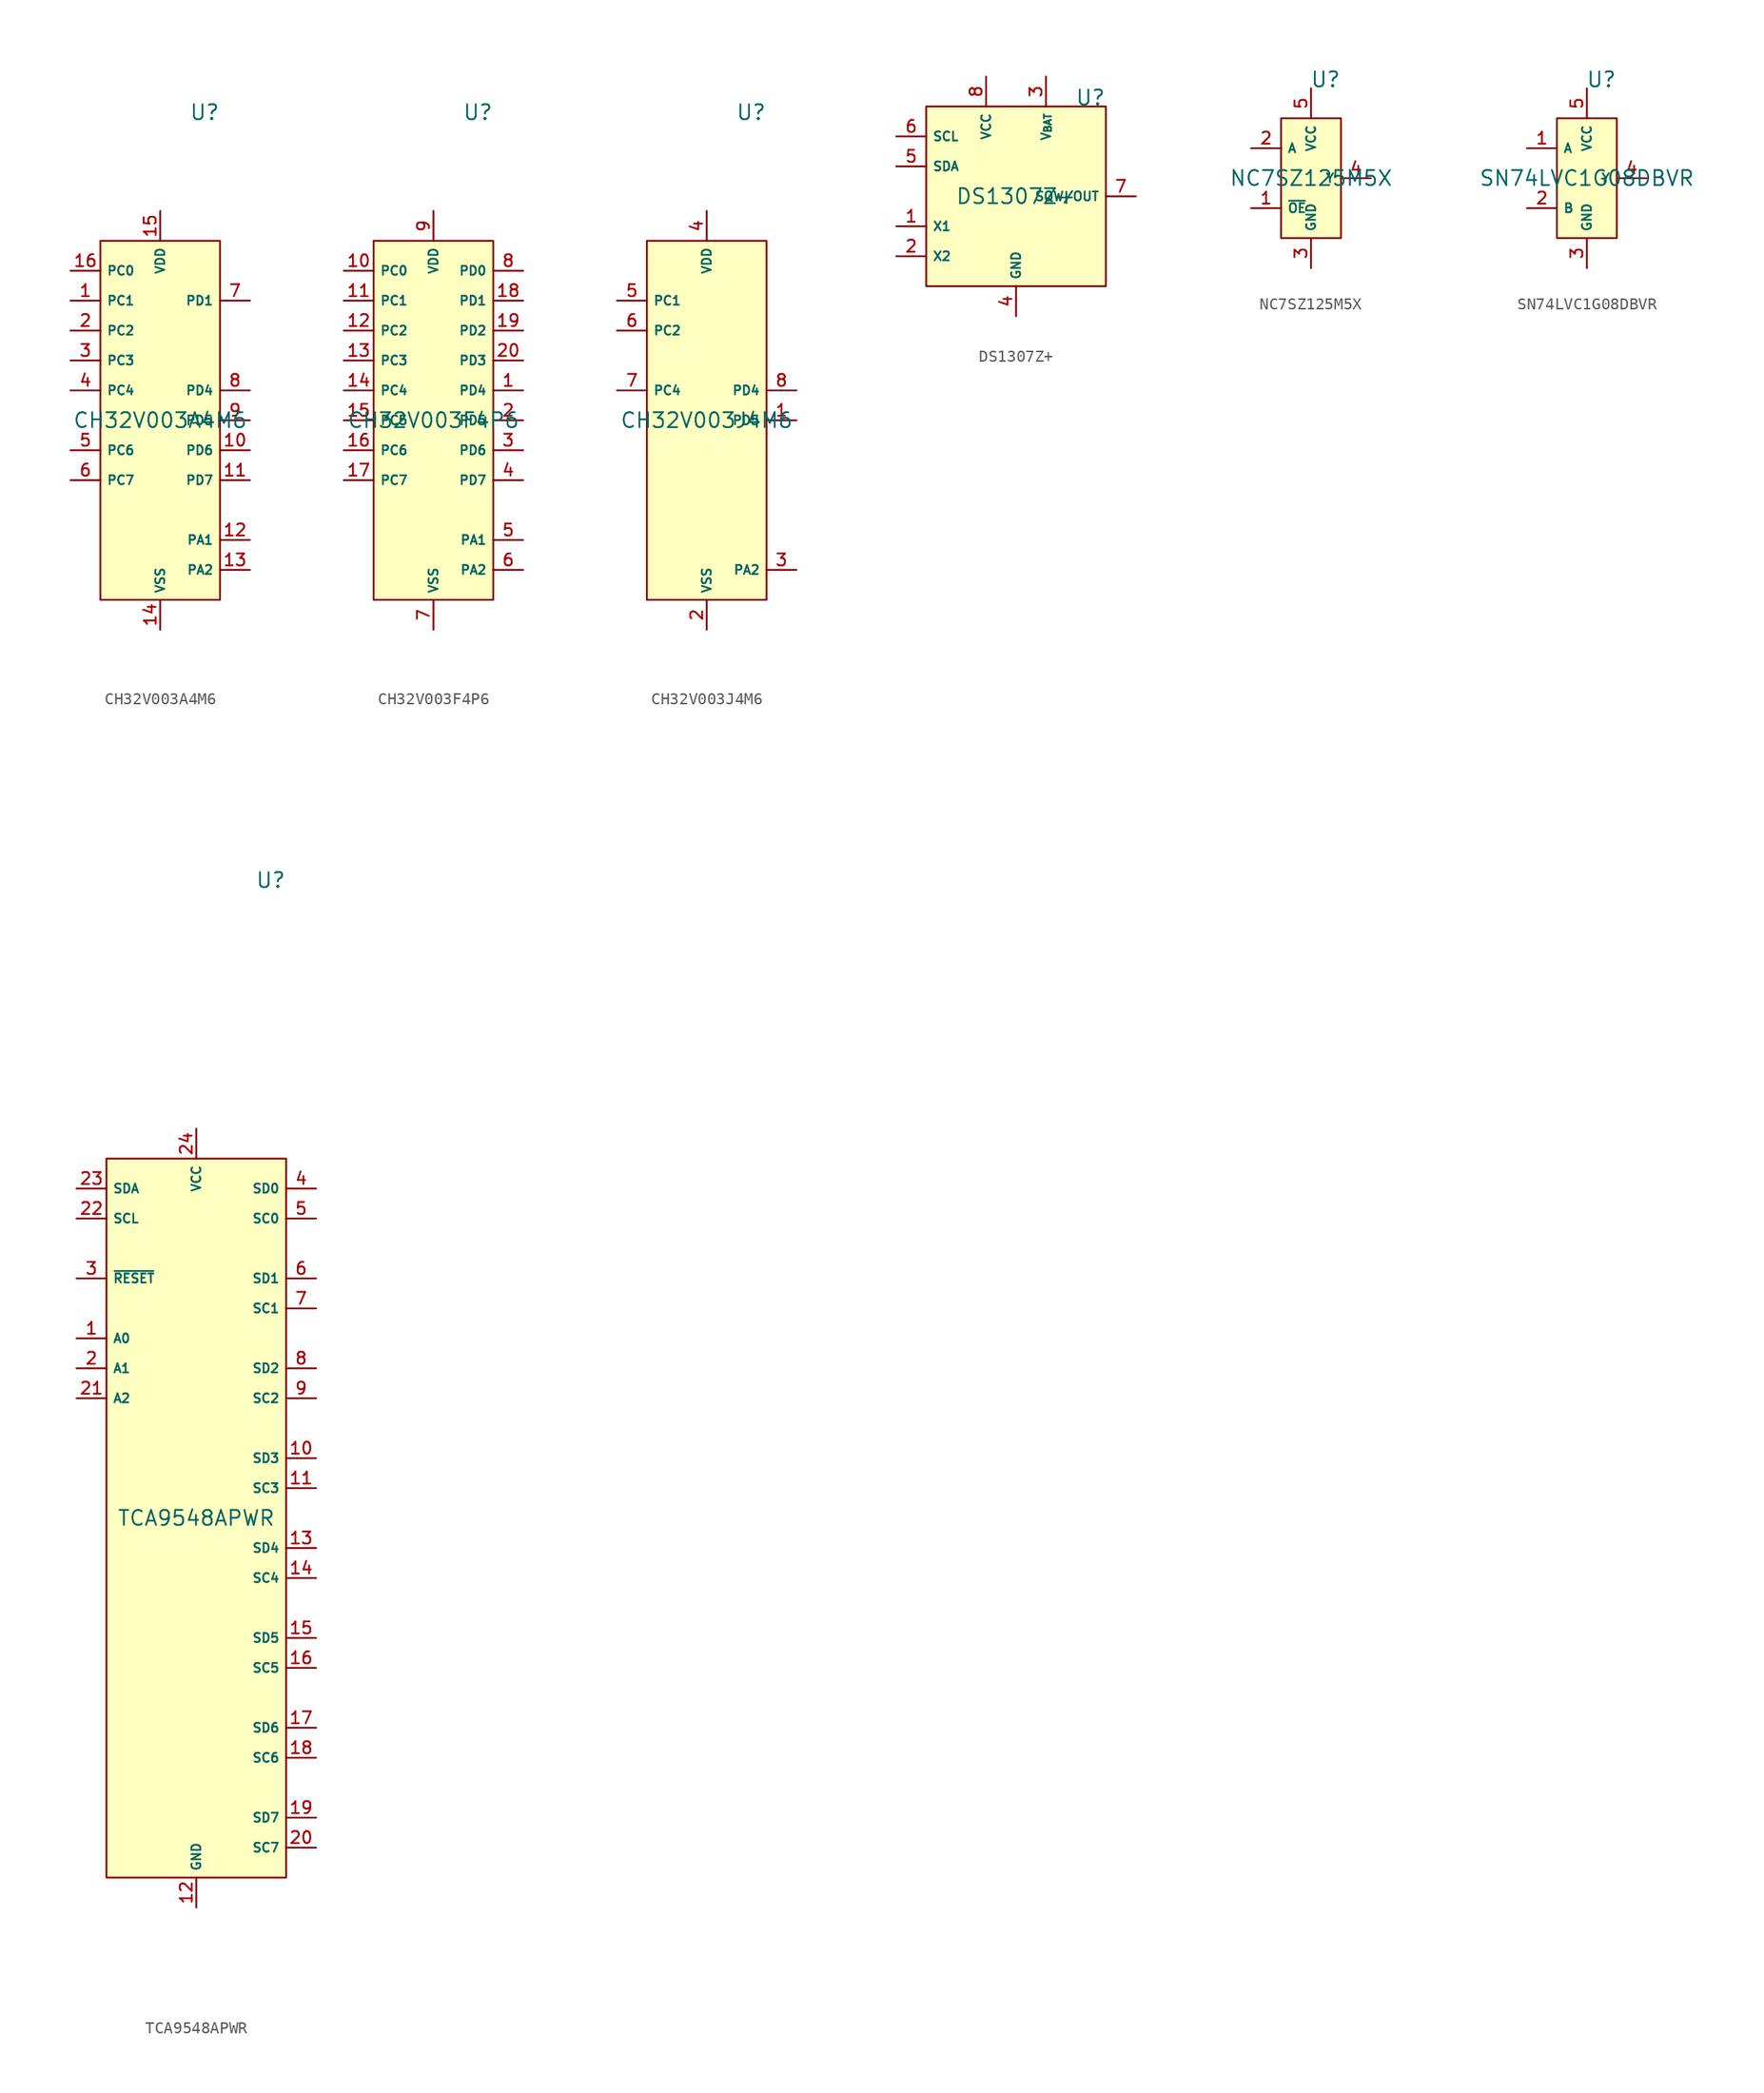
<source format=kicad_sym>
(kicad_symbol_lib
  (version 20241209)
  (generator "SymLibGen.py")
  (generator_version "1.0")
  (symbol "CH32V003A4M6"
    (property "Reference" "U"
      (at 5.08 25.4 0)
      (effects (font (size 1.27 1.27)) (justify right bottom)))
    (property "Value" "CH32V003A4M6"
      (at 0.0 0.0 0)
      (effects (font (size 1.27 1.27))))
    (property "Footprint" ""
      (at 0.0 0.0 0)
      (effects (font (size 1.27 1.27))))
    (property "Datasheet" ""
      (at 0.0 0.0 0)
      (effects (font (size 1.27 1.27))))
    (property "Description" ""
      (at 0.0 0.0 0)
      (effects (font (size 1.27 1.27))))
    (symbol "CH32V003A4M6_1_1"
      (rectangle (start -5.08 15.24) (end 5.08 -15.24) (stroke (width 0) (type solid)) (fill (type background)))
      (pin bidirectional line (at -7.62 10.16 0) (length 2.54) (name "PC1" (effects (font (size 0.762 0.762)))) (number "1" (effects (font (size 1.016 1.016)))))
      (pin bidirectional line (at -7.62 7.62 0) (length 2.54) (name "PC2" (effects (font (size 0.762 0.762)))) (number "2" (effects (font (size 1.016 1.016)))))
      (pin bidirectional line (at -7.62 5.08 0) (length 2.54) (name "PC3" (effects (font (size 0.762 0.762)))) (number "3" (effects (font (size 1.016 1.016)))))
      (pin bidirectional line (at -7.62 2.54 0) (length 2.54) (name "PC4" (effects (font (size 0.762 0.762)))) (number "4" (effects (font (size 1.016 1.016)))))
      (pin bidirectional line (at -7.62 -2.54 0) (length 2.54) (name "PC6" (effects (font (size 0.762 0.762)))) (number "5" (effects (font (size 1.016 1.016)))))
      (pin bidirectional line (at -7.62 -5.08 0) (length 2.54) (name "PC7" (effects (font (size 0.762 0.762)))) (number "6" (effects (font (size 1.016 1.016)))))
      (pin bidirectional line (at 7.62 10.16 180) (length 2.54) (name "PD1" (effects (font (size 0.762 0.762)))) (number "7" (effects (font (size 1.016 1.016)))))
      (pin bidirectional line (at 7.62 2.54 180) (length 2.54) (name "PD4" (effects (font (size 0.762 0.762)))) (number "8" (effects (font (size 1.016 1.016)))))
      (pin bidirectional line (at 7.62 -0.0 180) (length 2.54) (name "PD5" (effects (font (size 0.762 0.762)))) (number "9" (effects (font (size 1.016 1.016)))))
      (pin bidirectional line (at 7.62 -2.54 180) (length 2.54) (name "PD6" (effects (font (size 0.762 0.762)))) (number "10" (effects (font (size 1.016 1.016)))))
      (pin bidirectional line (at 7.62 -5.08 180) (length 2.54) (name "PD7" (effects (font (size 0.762 0.762)))) (number "11" (effects (font (size 1.016 1.016)))))
      (pin bidirectional line (at 7.62 -10.16 180) (length 2.54) (name "PA1" (effects (font (size 0.762 0.762)))) (number "12" (effects (font (size 1.016 1.016)))))
      (pin bidirectional line (at 7.62 -12.7 180) (length 2.54) (name "PA2" (effects (font (size 0.762 0.762)))) (number "13" (effects (font (size 1.016 1.016)))))
      (pin power_in line (at 0.0 -17.78 90) (length 2.54) (name "VSS" (effects (font (size 0.762 0.762)))) (number "14" (effects (font (size 1.016 1.016)))))
      (pin power_in line (at 0.0 17.78 270) (length 2.54) (name "VDD" (effects (font (size 0.762 0.762)))) (number "15" (effects (font (size 1.016 1.016)))))
      (pin bidirectional line (at -7.62 12.7 0) (length 2.54) (name "PC0" (effects (font (size 0.762 0.762)))) (number "16" (effects (font (size 1.016 1.016)))))))
  (symbol "CH32V003F4P6"
    (property "Reference" "U"
      (at 5.08 25.4 0)
      (effects (font (size 1.27 1.27)) (justify right bottom)))
    (property "Value" "CH32V003F4P6"
      (at 0.0 0.0 0)
      (effects (font (size 1.27 1.27))))
    (property "Footprint" ""
      (at 0.0 0.0 0)
      (effects (font (size 1.27 1.27))))
    (property "Datasheet" ""
      (at 0.0 0.0 0)
      (effects (font (size 1.27 1.27))))
    (property "Description" ""
      (at 0.0 0.0 0)
      (effects (font (size 1.27 1.27))))
    (symbol "CH32V003F4P6_1_1"
      (rectangle (start -5.08 15.24) (end 5.08 -15.24) (stroke (width 0) (type solid)) (fill (type background)))
      (pin bidirectional line (at 7.62 2.54 180) (length 2.54) (name "PD4" (effects (font (size 0.762 0.762)))) (number "1" (effects (font (size 1.016 1.016)))))
      (pin bidirectional line (at 7.62 -0.0 180) (length 2.54) (name "PD5" (effects (font (size 0.762 0.762)))) (number "2" (effects (font (size 1.016 1.016)))))
      (pin bidirectional line (at 7.62 -2.54 180) (length 2.54) (name "PD6" (effects (font (size 0.762 0.762)))) (number "3" (effects (font (size 1.016 1.016)))))
      (pin bidirectional line (at 7.62 -5.08 180) (length 2.54) (name "PD7" (effects (font (size 0.762 0.762)))) (number "4" (effects (font (size 1.016 1.016)))))
      (pin bidirectional line (at 7.62 -10.16 180) (length 2.54) (name "PA1" (effects (font (size 0.762 0.762)))) (number "5" (effects (font (size 1.016 1.016)))))
      (pin bidirectional line (at 7.62 -12.7 180) (length 2.54) (name "PA2" (effects (font (size 0.762 0.762)))) (number "6" (effects (font (size 1.016 1.016)))))
      (pin power_in line (at 0.0 -17.78 90) (length 2.54) (name "VSS" (effects (font (size 0.762 0.762)))) (number "7" (effects (font (size 1.016 1.016)))))
      (pin bidirectional line (at 7.62 12.7 180) (length 2.54) (name "PD0" (effects (font (size 0.762 0.762)))) (number "8" (effects (font (size 1.016 1.016)))))
      (pin power_in line (at 0.0 17.78 270) (length 2.54) (name "VDD" (effects (font (size 0.762 0.762)))) (number "9" (effects (font (size 1.016 1.016)))))
      (pin bidirectional line (at -7.62 12.7 0) (length 2.54) (name "PC0" (effects (font (size 0.762 0.762)))) (number "10" (effects (font (size 1.016 1.016)))))
      (pin bidirectional line (at -7.62 10.16 0) (length 2.54) (name "PC1" (effects (font (size 0.762 0.762)))) (number "11" (effects (font (size 1.016 1.016)))))
      (pin bidirectional line (at -7.62 7.62 0) (length 2.54) (name "PC2" (effects (font (size 0.762 0.762)))) (number "12" (effects (font (size 1.016 1.016)))))
      (pin bidirectional line (at -7.62 5.08 0) (length 2.54) (name "PC3" (effects (font (size 0.762 0.762)))) (number "13" (effects (font (size 1.016 1.016)))))
      (pin bidirectional line (at -7.62 2.54 0) (length 2.54) (name "PC4" (effects (font (size 0.762 0.762)))) (number "14" (effects (font (size 1.016 1.016)))))
      (pin bidirectional line (at -7.62 -0.0 0) (length 2.54) (name "PC5" (effects (font (size 0.762 0.762)))) (number "15" (effects (font (size 1.016 1.016)))))
      (pin bidirectional line (at -7.62 -2.54 0) (length 2.54) (name "PC6" (effects (font (size 0.762 0.762)))) (number "16" (effects (font (size 1.016 1.016)))))
      (pin bidirectional line (at -7.62 -5.08 0) (length 2.54) (name "PC7" (effects (font (size 0.762 0.762)))) (number "17" (effects (font (size 1.016 1.016)))))
      (pin bidirectional line (at 7.62 10.16 180) (length 2.54) (name "PD1" (effects (font (size 0.762 0.762)))) (number "18" (effects (font (size 1.016 1.016)))))
      (pin bidirectional line (at 7.62 7.62 180) (length 2.54) (name "PD2" (effects (font (size 0.762 0.762)))) (number "19" (effects (font (size 1.016 1.016)))))
      (pin bidirectional line (at 7.62 5.08 180) (length 2.54) (name "PD3" (effects (font (size 0.762 0.762)))) (number "20" (effects (font (size 1.016 1.016)))))))
  (symbol "CH32V003J4M6"
    (property "Reference" "U"
      (at 5.08 25.4 0)
      (effects (font (size 1.27 1.27)) (justify right bottom)))
    (property "Value" "CH32V003J4M6"
      (at 0.0 0.0 0)
      (effects (font (size 1.27 1.27))))
    (property "Footprint" ""
      (at 0.0 0.0 0)
      (effects (font (size 1.27 1.27))))
    (property "Datasheet" ""
      (at 0.0 0.0 0)
      (effects (font (size 1.27 1.27))))
    (property "Description" ""
      (at 0.0 0.0 0)
      (effects (font (size 1.27 1.27))))
    (symbol "CH32V003J4M6_1_1"
      (rectangle (start -5.08 15.24) (end 5.08 -15.24) (stroke (width 0) (type solid)) (fill (type background)))
      (pin bidirectional line (at 7.62 -0.0 180) (length 2.54) (name "PD5" (effects (font (size 0.762 0.762)))) (number "1" (effects (font (size 1.016 1.016)))))
      (pin power_in line (at 0.0 -17.78 90) (length 2.54) (name "VSS" (effects (font (size 0.762 0.762)))) (number "2" (effects (font (size 1.016 1.016)))))
      (pin bidirectional line (at 7.62 -12.7 180) (length 2.54) (name "PA2" (effects (font (size 0.762 0.762)))) (number "3" (effects (font (size 1.016 1.016)))))
      (pin power_in line (at 0.0 17.78 270) (length 2.54) (name "VDD" (effects (font (size 0.762 0.762)))) (number "4" (effects (font (size 1.016 1.016)))))
      (pin bidirectional line (at -7.62 10.16 0) (length 2.54) (name "PC1" (effects (font (size 0.762 0.762)))) (number "5" (effects (font (size 1.016 1.016)))))
      (pin bidirectional line (at -7.62 7.62 0) (length 2.54) (name "PC2" (effects (font (size 0.762 0.762)))) (number "6" (effects (font (size 1.016 1.016)))))
      (pin bidirectional line (at -7.62 2.54 0) (length 2.54) (name "PC4" (effects (font (size 0.762 0.762)))) (number "7" (effects (font (size 1.016 1.016)))))
      (pin bidirectional line (at 7.62 2.54 180) (length 2.54) (name "PD4" (effects (font (size 0.762 0.762)))) (number "8" (effects (font (size 1.016 1.016)))))))
  (symbol "DS1307Z+"
    (property "Reference" "U"
      (at 7.62 7.62 0)
      (effects (font (size 1.27 1.27)) (justify right bottom)))
    (property "Value" "DS1307Z+"
      (at 0.0 0.0 0)
      (effects (font (size 1.27 1.27))))
    (property "Footprint" ""
      (at 0.0 0.0 0)
      (effects (font (size 1.27 1.27))))
    (property "Datasheet" ""
      (at 0.0 0.0 0)
      (effects (font (size 1.27 1.27))))
    (property "Description" ""
      (at 0.0 0.0 0)
      (effects (font (size 1.27 1.27))))
    (symbol "DS1307Z+_1_1"
      (rectangle (start -7.62 7.62) (end 7.62 -7.62) (stroke (width 0) (type solid)) (fill (type background)))
      (pin passive line (at -10.16 -2.54 0) (length 2.54) (name "X1" (effects (font (size 0.762 0.762)))) (number "1" (effects (font (size 1.016 1.016)))))
      (pin passive line (at -10.16 -5.08 0) (length 2.54) (name "X2" (effects (font (size 0.762 0.762)))) (number "2" (effects (font (size 1.016 1.016)))))
      (pin power_in line (at 2.54 10.16 270) (length 2.54) (name "V_{BAT}" (effects (font (size 0.762 0.762)))) (number "3" (effects (font (size 1.016 1.016)))))
      (pin power_in line (at 0.0 -10.16 90) (length 2.54) (name "GND" (effects (font (size 0.762 0.762)))) (number "4" (effects (font (size 1.016 1.016)))))
      (pin open_collector line (at -10.16 2.54 0) (length 2.54) (name "SDA" (effects (font (size 0.762 0.762)))) (number "5" (effects (font (size 1.016 1.016)))))
      (pin open_collector line (at -10.16 5.08 0) (length 2.54) (name "SCL" (effects (font (size 0.762 0.762)))) (number "6" (effects (font (size 1.016 1.016)))))
      (pin output line (at 10.16 -0.0 180) (length 2.54) (name "SQW/OUT" (effects (font (size 0.762 0.762)))) (number "7" (effects (font (size 1.016 1.016)))))
      (pin power_in line (at -2.54 10.16 270) (length 2.54) (name "VCC" (effects (font (size 0.762 0.762)))) (number "8" (effects (font (size 1.016 1.016)))))))
  (symbol "NC7SZ125M5X"
    (property "Reference" "U"
      (at 2.54 7.62 0)
      (effects (font (size 1.27 1.27)) (justify right bottom)))
    (property "Value" "NC7SZ125M5X"
      (at 0.0 0.0 0)
      (effects (font (size 1.27 1.27))))
    (property "Footprint" ""
      (at 0.0 0.0 0)
      (effects (font (size 1.27 1.27))))
    (property "Datasheet" ""
      (at 0.0 0.0 0)
      (effects (font (size 1.27 1.27))))
    (property "Description" ""
      (at 0.0 0.0 0)
      (effects (font (size 1.27 1.27))))
    (symbol "NC7SZ125M5X_1_1"
      (rectangle (start -2.54 5.08) (end 2.54 -5.08) (stroke (width 0) (type solid)) (fill (type background)))
      (pin power_in line (at -5.08 -2.54 0) (length 2.54) (name "~{OE}" (effects (font (size 0.762 0.762)))) (number "1" (effects (font (size 1.016 1.016)))))
      (pin power_in line (at -5.08 2.54 0) (length 2.54) (name "A" (effects (font (size 0.762 0.762)))) (number "2" (effects (font (size 1.016 1.016)))))
      (pin power_in line (at 0.0 -7.62 90) (length 2.54) (name "GND" (effects (font (size 0.762 0.762)))) (number "3" (effects (font (size 1.016 1.016)))))
      (pin power_in line (at 5.08 -0.0 180) (length 2.54) (name "Y" (effects (font (size 0.762 0.762)))) (number "4" (effects (font (size 1.016 1.016)))))
      (pin power_in line (at 0.0 7.62 270) (length 2.54) (name "VCC" (effects (font (size 0.762 0.762)))) (number "5" (effects (font (size 1.016 1.016)))))))
  (symbol "SN74LVC1G08DBVR"
    (property "Reference" "U"
      (at 2.54 7.62 0)
      (effects (font (size 1.27 1.27)) (justify right bottom)))
    (property "Value" "SN74LVC1G08DBVR"
      (at 0.0 0.0 0)
      (effects (font (size 1.27 1.27))))
    (property "Footprint" ""
      (at 0.0 0.0 0)
      (effects (font (size 1.27 1.27))))
    (property "Datasheet" ""
      (at 0.0 0.0 0)
      (effects (font (size 1.27 1.27))))
    (property "Description" ""
      (at 0.0 0.0 0)
      (effects (font (size 1.27 1.27))))
    (symbol "SN74LVC1G08DBVR_1_1"
      (rectangle (start -2.54 5.08) (end 2.54 -5.08) (stroke (width 0) (type solid)) (fill (type background)))
      (pin input line (at -5.08 2.54 0) (length 2.54) (name "A" (effects (font (size 0.762 0.762)))) (number "1" (effects (font (size 1.016 1.016)))))
      (pin input line (at -5.08 -2.54 0) (length 2.54) (name "B" (effects (font (size 0.762 0.762)))) (number "2" (effects (font (size 1.016 1.016)))))
      (pin power_in line (at 0.0 -7.62 90) (length 2.54) (name "GND" (effects (font (size 0.762 0.762)))) (number "3" (effects (font (size 1.016 1.016)))))
      (pin output line (at 5.08 -0.0 180) (length 2.54) (name "Y" (effects (font (size 0.762 0.762)))) (number "4" (effects (font (size 1.016 1.016)))))
      (pin power_in line (at 0.0 7.62 270) (length 2.54) (name "VCC" (effects (font (size 0.762 0.762)))) (number "5" (effects (font (size 1.016 1.016)))))))
  (symbol "TCA9548APWR"
    (property "Reference" "U"
      (at 7.62 53.34 0)
      (effects (font (size 1.27 1.27)) (justify right bottom)))
    (property "Value" "TCA9548APWR"
      (at 0.0 0.0 0)
      (effects (font (size 1.27 1.27))))
    (property "Footprint" ""
      (at 0.0 0.0 0)
      (effects (font (size 1.27 1.27))))
    (property "Datasheet" ""
      (at 0.0 0.0 0)
      (effects (font (size 1.27 1.27))))
    (property "Description" ""
      (at 0.0 0.0 0)
      (effects (font (size 1.27 1.27))))
    (symbol "TCA9548APWR_1_1"
      (rectangle (start -7.62 30.48) (end 7.62 -30.48) (stroke (width 0) (type solid)) (fill (type background)))
      (pin input line (at -10.16 15.24 0) (length 2.54) (name "A0" (effects (font (size 0.762 0.762)))) (number "1" (effects (font (size 1.016 1.016)))))
      (pin input line (at -10.16 12.7 0) (length 2.54) (name "A1" (effects (font (size 0.762 0.762)))) (number "2" (effects (font (size 1.016 1.016)))))
      (pin input line (at -10.16 20.32 0) (length 2.54) (name "~{RESET}" (effects (font (size 0.762 0.762)))) (number "3" (effects (font (size 1.016 1.016)))))
      (pin open_collector line (at 10.16 27.94 180) (length 2.54) (name "SD0" (effects (font (size 0.762 0.762)))) (number "4" (effects (font (size 1.016 1.016)))))
      (pin open_collector line (at 10.16 25.4 180) (length 2.54) (name "SC0" (effects (font (size 0.762 0.762)))) (number "5" (effects (font (size 1.016 1.016)))))
      (pin open_collector line (at 10.16 20.32 180) (length 2.54) (name "SD1" (effects (font (size 0.762 0.762)))) (number "6" (effects (font (size 1.016 1.016)))))
      (pin open_collector line (at 10.16 17.78 180) (length 2.54) (name "SC1" (effects (font (size 0.762 0.762)))) (number "7" (effects (font (size 1.016 1.016)))))
      (pin open_collector line (at 10.16 12.7 180) (length 2.54) (name "SD2" (effects (font (size 0.762 0.762)))) (number "8" (effects (font (size 1.016 1.016)))))
      (pin open_collector line (at 10.16 10.16 180) (length 2.54) (name "SC2" (effects (font (size 0.762 0.762)))) (number "9" (effects (font (size 1.016 1.016)))))
      (pin open_collector line (at 10.16 5.08 180) (length 2.54) (name "SD3" (effects (font (size 0.762 0.762)))) (number "10" (effects (font (size 1.016 1.016)))))
      (pin open_collector line (at 10.16 2.54 180) (length 2.54) (name "SC3" (effects (font (size 0.762 0.762)))) (number "11" (effects (font (size 1.016 1.016)))))
      (pin power_in line (at 0.0 -33.02 90) (length 2.54) (name "GND" (effects (font (size 0.762 0.762)))) (number "12" (effects (font (size 1.016 1.016)))))
      (pin open_collector line (at 10.16 -2.54 180) (length 2.54) (name "SD4" (effects (font (size 0.762 0.762)))) (number "13" (effects (font (size 1.016 1.016)))))
      (pin open_collector line (at 10.16 -5.08 180) (length 2.54) (name "SC4" (effects (font (size 0.762 0.762)))) (number "14" (effects (font (size 1.016 1.016)))))
      (pin open_collector line (at 10.16 -10.16 180) (length 2.54) (name "SD5" (effects (font (size 0.762 0.762)))) (number "15" (effects (font (size 1.016 1.016)))))
      (pin open_collector line (at 10.16 -12.7 180) (length 2.54) (name "SC5" (effects (font (size 0.762 0.762)))) (number "16" (effects (font (size 1.016 1.016)))))
      (pin open_collector line (at 10.16 -17.78 180) (length 2.54) (name "SD6" (effects (font (size 0.762 0.762)))) (number "17" (effects (font (size 1.016 1.016)))))
      (pin open_collector line (at 10.16 -20.32 180) (length 2.54) (name "SC6" (effects (font (size 0.762 0.762)))) (number "18" (effects (font (size 1.016 1.016)))))
      (pin open_collector line (at 10.16 -25.4 180) (length 2.54) (name "SD7" (effects (font (size 0.762 0.762)))) (number "19" (effects (font (size 1.016 1.016)))))
      (pin open_collector line (at 10.16 -27.94 180) (length 2.54) (name "SC7" (effects (font (size 0.762 0.762)))) (number "20" (effects (font (size 1.016 1.016)))))
      (pin input line (at -10.16 10.16 0) (length 2.54) (name "A2" (effects (font (size 0.762 0.762)))) (number "21" (effects (font (size 1.016 1.016)))))
      (pin open_collector line (at -10.16 25.4 0) (length 2.54) (name "SCL" (effects (font (size 0.762 0.762)))) (number "22" (effects (font (size 1.016 1.016)))))
      (pin open_collector line (at -10.16 27.94 0) (length 2.54) (name "SDA" (effects (font (size 0.762 0.762)))) (number "23" (effects (font (size 1.016 1.016)))))
      (pin power_in line (at 0.0 33.02 270) (length 2.54) (name "VCC" (effects (font (size 0.762 0.762)))) (number "24" (effects (font (size 1.016 1.016))))))))
</source>
